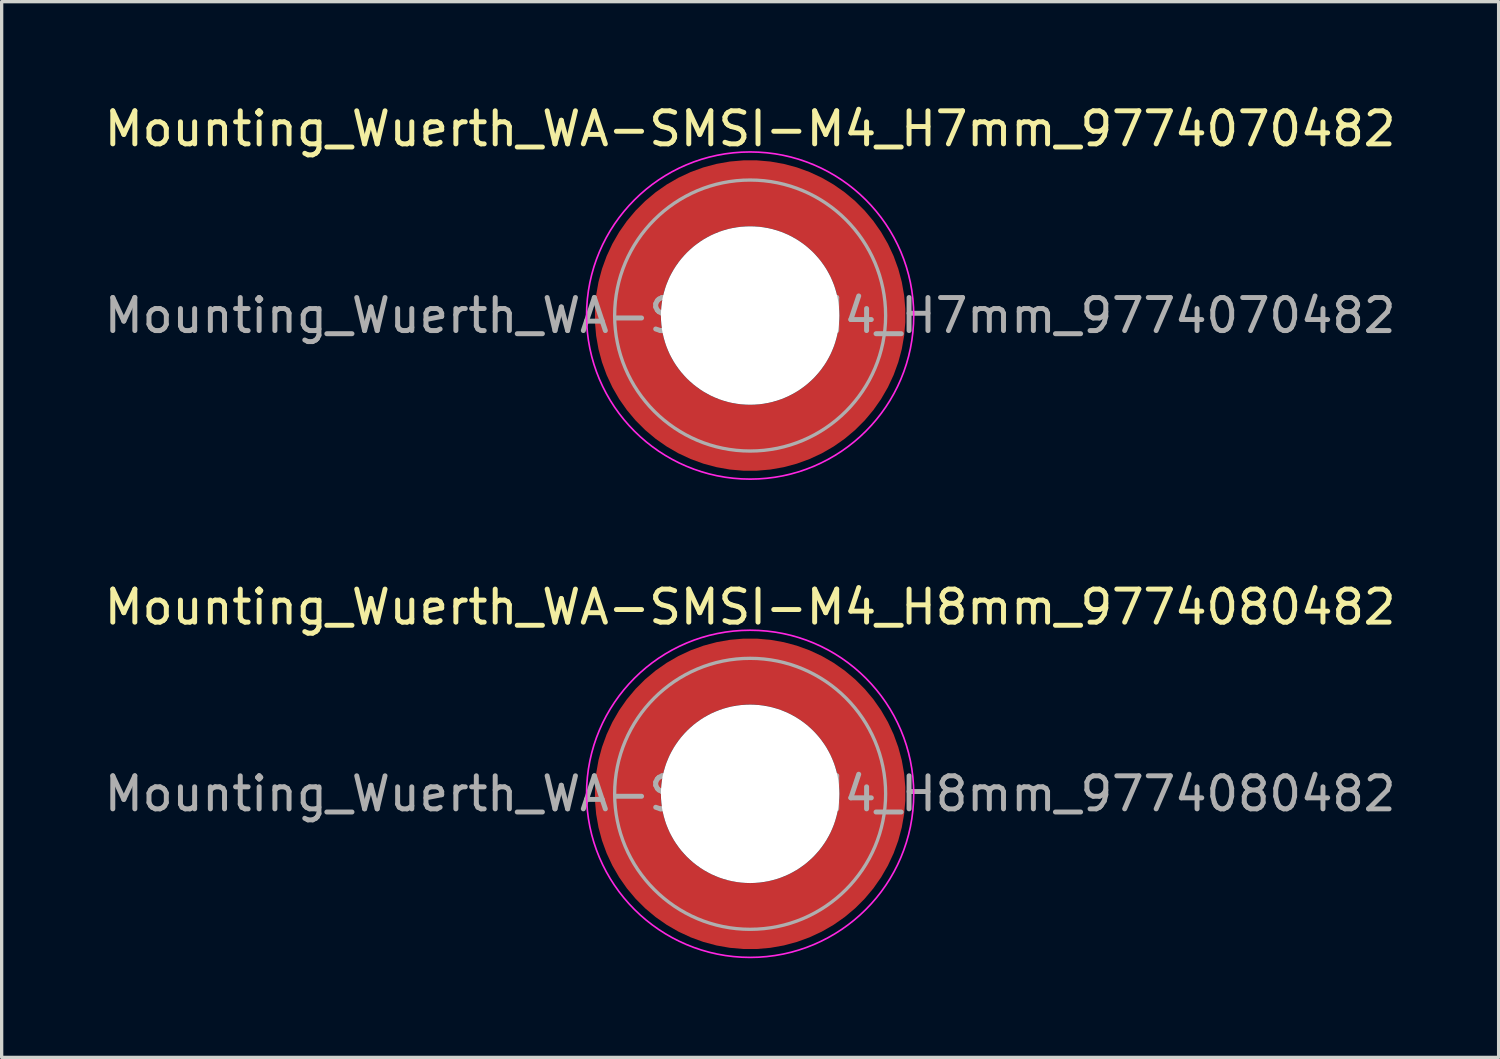
<source format=kicad_pcb>
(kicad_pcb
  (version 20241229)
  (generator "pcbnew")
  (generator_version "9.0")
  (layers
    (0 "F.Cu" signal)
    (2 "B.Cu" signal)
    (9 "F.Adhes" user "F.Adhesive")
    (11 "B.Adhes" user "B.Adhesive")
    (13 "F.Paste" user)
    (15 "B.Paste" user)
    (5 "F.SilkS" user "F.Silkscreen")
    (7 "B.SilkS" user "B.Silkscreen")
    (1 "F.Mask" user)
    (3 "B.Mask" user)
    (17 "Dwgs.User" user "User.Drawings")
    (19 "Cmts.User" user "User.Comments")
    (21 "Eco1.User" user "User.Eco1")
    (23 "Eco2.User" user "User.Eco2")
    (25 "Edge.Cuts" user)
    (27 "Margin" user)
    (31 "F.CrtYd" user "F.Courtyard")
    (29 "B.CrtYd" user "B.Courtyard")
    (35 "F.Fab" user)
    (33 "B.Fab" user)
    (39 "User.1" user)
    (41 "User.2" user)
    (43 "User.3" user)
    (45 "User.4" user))
  (footprint "Mounting_Wuerth_WA-SMSI-M4_H7mm_9774070482"
    (layer "F.Cu")
    (at 19.649 6.498)
    (property "Reference" "Mounting_Wuerth_WA-SMSI-M4_H7mm_9774070482" (at 0 -5.65 0) (layer "F.SilkS") (effects (font (size 1 1) (thickness 0.15))))
    (attr smd allow_soldermask_bridges)
    (fp_circle (center 0 0) (end 4.95 0) (stroke (width 0.05) (type solid)) (fill no) (layer "F.CrtYd"))
    (fp_circle (center 0 0) (end 4.1 0) (stroke (width 0.1) (type solid)) (fill no) (layer "F.Fab"))
    (fp_text user "${REFERENCE}" (at 0 0 0) (layer "F.Fab") (effects (font (size 1 1) (thickness 0.15))))
    (pad "" smd custom (at -2.607 -2.607) (size 0.948 0.948) (layers "F.Paste") (options (anchor circle)) (primitives (gr_arc (start -0.188183 2.107456) (mid 0.599273 0.599273) (end 2.107456 -0.188183) (width 0.2)) (gr_arc (start -0.289416 2.107456) (mid 0.52877 0.52877) (end 2.107456 -0.289416) (width 0.2)) (gr_arc (start -0.390547 2.107456) (mid 0.458268 0.458268) (end 2.107456 -0.390547) (width 0.2)) (gr_arc (start -0.491585 2.107456) (mid 0.387765 0.387765) (end 2.107456 -0.491585) (width 0.2)) (gr_arc (start -0.59254 2.107456) (mid 0.317262 0.317262) (end 2.107456 -0.59254) (width 0.2)) (gr_arc (start -0.693419 2.107456) (mid 0.246759 0.246759) (end 2.107456 -0.693419) (width 0.2)) (gr_arc (start -0.794229 2.107456) (mid 0.176257 0.176257) (end 2.107456 -0.794229) (width 0.2)) (gr_arc (start -0.894975 2.107456) (mid 0.105754 0.105754) (end 2.107456 -0.894975) (width 0.2)) (gr_arc (start -0.995664 2.107456) (mid 0.035251 0.035251) (end 2.107456 -0.995664) (width 0.2)) (gr_arc (start -1.0963 2.107456) (mid -0.035251 -0.035251) (end 2.107456 -1.0963) (width 0.2)) (gr_arc (start -1.196886 2.107456) (mid -0.105754 -0.105754) (end 2.107456 -1.196886) (width 0.2)) (gr_arc (start -1.297427 2.107456) (mid -0.176257 -0.176257) (end 2.107456 -1.297427) (width 0.2)) (gr_arc (start -1.397927 2.107456) (mid -0.246759 -0.246759) (end 2.107456 -1.397927) (width 0.2)) (gr_arc (start -1.498388 2.107456) (mid -0.317262 -0.317262) (end 2.107456 -1.498388) (width 0.2)) (gr_arc (start -1.598813 2.107456) (mid -0.387765 -0.387765) (end 2.107456 -1.598813) (width 0.2)) (gr_arc (start -1.699204 2.107456) (mid -0.458268 -0.458268) (end 2.107456 -1.699204) (width 0.2)) (gr_arc (start -1.799565 2.107456) (mid -0.52877 -0.52877) (end 2.107456 -1.799565) (width 0.2)) (gr_arc (start -1.899896 2.107456) (mid -0.599273 -0.599273) (end 2.107456 -1.899896) (width 0.2)) (gr_arc (start -1.899896 2.107456) (mid -0.599273 -0.599273) (end 2.107456 -1.899896) (width 0.2)) (gr_line (start 2.107 -0.188) (end 2.107 -1.9) (width 0.2)) (gr_line (start -0.188 2.107) (end -1.9 2.107) (width 0.2))))
    (pad "" smd custom (at -2.607 2.607) (size 0.948 0.948) (layers "F.Paste") (options (anchor circle)) (primitives (gr_arc (start 2.107456 0.188183) (mid 0.599273 -0.599273) (end -0.188183 -2.107456) (width 0.2)) (gr_arc (start 2.107456 0.289416) (mid 0.52877 -0.52877) (end -0.289416 -2.107456) (width 0.2)) (gr_arc (start 2.107456 0.390547) (mid 0.458268 -0.458268) (end -0.390547 -2.107456) (width 0.2)) (gr_arc (start 2.107456 0.491585) (mid 0.387765 -0.387765) (end -0.491585 -2.107456) (width 0.2)) (gr_arc (start 2.107456 0.59254) (mid 0.317262 -0.317262) (end -0.59254 -2.107456) (width 0.2)) (gr_arc (start 2.107456 0.693419) (mid 0.246759 -0.246759) (end -0.693419 -2.107456) (width 0.2)) (gr_arc (start 2.107456 0.794229) (mid 0.176257 -0.176257) (end -0.794229 -2.107456) (width 0.2)) (gr_arc (start 2.107456 0.894975) (mid 0.105754 -0.105754) (end -0.894975 -2.107456) (width 0.2)) (gr_arc (start 2.107456 0.995664) (mid 0.035251 -0.035251) (end -0.995664 -2.107456) (width 0.2)) (gr_arc (start 2.107456 1.0963) (mid -0.035251 0.035251) (end -1.0963 -2.107456) (width 0.2)) (gr_arc (start 2.107456 1.196886) (mid -0.105754 0.105754) (end -1.196886 -2.107456) (width 0.2)) (gr_arc (start 2.107456 1.297427) (mid -0.176257 0.176257) (end -1.297427 -2.107456) (width 0.2)) (gr_arc (start 2.107456 1.397927) (mid -0.246759 0.246759) (end -1.397927 -2.107456) (width 0.2)) (gr_arc (start 2.107456 1.498388) (mid -0.317262 0.317262) (end -1.498388 -2.107456) (width 0.2)) (gr_arc (start 2.107456 1.598813) (mid -0.387765 0.387765) (end -1.598813 -2.107456) (width 0.2)) (gr_arc (start 2.107456 1.699204) (mid -0.458268 0.458268) (end -1.699204 -2.107456) (width 0.2)) (gr_arc (start 2.107456 1.799565) (mid -0.52877 0.52877) (end -1.799565 -2.107456) (width 0.2)) (gr_arc (start 2.107456 1.899896) (mid -0.599273 0.599273) (end -1.899896 -2.107456) (width 0.2)) (gr_arc (start 2.107456 1.899896) (mid -0.599273 0.599273) (end -1.899896 -2.107456) (width 0.2)) (gr_line (start -0.188 -2.107) (end -1.9 -2.107) (width 0.2)) (gr_line (start 2.107 0.188) (end 2.107 1.9) (width 0.2))))
    (pad "" np_thru_hole circle (at 0 0) (size 5.4 5.4) (drill 5.4) (layers "*.Cu" "*.Mask"))
    (pad "" smd custom (at 2.607 -2.607) (size 0.948 0.948) (layers "F.Paste") (options (anchor circle)) (primitives (gr_arc (start -2.107456 -0.188183) (mid -0.599273 0.599273) (end 0.188183 2.107456) (width 0.2)) (gr_arc (start -2.107456 -0.289416) (mid -0.52877 0.52877) (end 0.289416 2.107456) (width 0.2)) (gr_arc (start -2.107456 -0.390547) (mid -0.458268 0.458268) (end 0.390547 2.107456) (width 0.2)) (gr_arc (start -2.107456 -0.491585) (mid -0.387765 0.387765) (end 0.491585 2.107456) (width 0.2)) (gr_arc (start -2.107456 -0.59254) (mid -0.317262 0.317262) (end 0.59254 2.107456) (width 0.2)) (gr_arc (start -2.107456 -0.693419) (mid -0.246759 0.246759) (end 0.693419 2.107456) (width 0.2)) (gr_arc (start -2.107456 -0.794229) (mid -0.176257 0.176257) (end 0.794229 2.107456) (width 0.2)) (gr_arc (start -2.107456 -0.894975) (mid -0.105754 0.105754) (end 0.894975 2.107456) (width 0.2)) (gr_arc (start -2.107456 -0.995664) (mid -0.035251 0.035251) (end 0.995664 2.107456) (width 0.2)) (gr_arc (start -2.107456 -1.0963) (mid 0.035251 -0.035251) (end 1.0963 2.107456) (width 0.2)) (gr_arc (start -2.107456 -1.196886) (mid 0.105754 -0.105754) (end 1.196886 2.107456) (width 0.2)) (gr_arc (start -2.107456 -1.297427) (mid 0.176257 -0.176257) (end 1.297427 2.107456) (width 0.2)) (gr_arc (start -2.107456 -1.397927) (mid 0.246759 -0.246759) (end 1.397927 2.107456) (width 0.2)) (gr_arc (start -2.107456 -1.498388) (mid 0.317262 -0.317262) (end 1.498388 2.107456) (width 0.2)) (gr_arc (start -2.107456 -1.598813) (mid 0.387765 -0.387765) (end 1.598813 2.107456) (width 0.2)) (gr_arc (start -2.107456 -1.699204) (mid 0.458268 -0.458268) (end 1.699204 2.107456) (width 0.2)) (gr_arc (start -2.107456 -1.799565) (mid 0.52877 -0.52877) (end 1.799565 2.107456) (width 0.2)) (gr_arc (start -2.107456 -1.899896) (mid 0.599273 -0.599273) (end 1.899896 2.107456) (width 0.2)) (gr_arc (start -2.107456 -1.899896) (mid 0.599273 -0.599273) (end 1.899896 2.107456) (width 0.2)) (gr_line (start 0.188 2.107) (end 1.9 2.107) (width 0.2)) (gr_line (start -2.107 -0.188) (end -2.107 -1.9) (width 0.2))))
    (pad "" smd custom (at 2.607 2.607) (size 0.948 0.948) (layers "F.Paste") (options (anchor circle)) (primitives (gr_arc (start 0.188183 -2.107456) (mid -0.599273 -0.599273) (end -2.107456 0.188183) (width 0.2)) (gr_arc (start 0.289416 -2.107456) (mid -0.52877 -0.52877) (end -2.107456 0.289416) (width 0.2)) (gr_arc (start 0.390547 -2.107456) (mid -0.458268 -0.458268) (end -2.107456 0.390547) (width 0.2)) (gr_arc (start 0.491585 -2.107456) (mid -0.387765 -0.387765) (end -2.107456 0.491585) (width 0.2)) (gr_arc (start 0.59254 -2.107456) (mid -0.317262 -0.317262) (end -2.107456 0.59254) (width 0.2)) (gr_arc (start 0.693419 -2.107456) (mid -0.246759 -0.246759) (end -2.107456 0.693419) (width 0.2)) (gr_arc (start 0.794229 -2.107456) (mid -0.176257 -0.176257) (end -2.107456 0.794229) (width 0.2)) (gr_arc (start 0.894975 -2.107456) (mid -0.105754 -0.105754) (end -2.107456 0.894975) (width 0.2)) (gr_arc (start 0.995664 -2.107456) (mid -0.035251 -0.035251) (end -2.107456 0.995664) (width 0.2)) (gr_arc (start 1.0963 -2.107456) (mid 0.035251 0.035251) (end -2.107456 1.0963) (width 0.2)) (gr_arc (start 1.196886 -2.107456) (mid 0.105754 0.105754) (end -2.107456 1.196886) (width 0.2)) (gr_arc (start 1.297427 -2.107456) (mid 0.176257 0.176257) (end -2.107456 1.297427) (width 0.2)) (gr_arc (start 1.397927 -2.107456) (mid 0.246759 0.246759) (end -2.107456 1.397927) (width 0.2)) (gr_arc (start 1.498388 -2.107456) (mid 0.317262 0.317262) (end -2.107456 1.498388) (width 0.2)) (gr_arc (start 1.598813 -2.107456) (mid 0.387765 0.387765) (end -2.107456 1.598813) (width 0.2)) (gr_arc (start 1.699204 -2.107456) (mid 0.458268 0.458268) (end -2.107456 1.699204) (width 0.2)) (gr_arc (start 1.799565 -2.107456) (mid 0.52877 0.52877) (end -2.107456 1.799565) (width 0.2)) (gr_arc (start 1.899896 -2.107456) (mid 0.599273 0.599273) (end -2.107456 1.899896) (width 0.2)) (gr_arc (start 1.899896 -2.107456) (mid 0.599273 0.599273) (end -2.107456 1.899896) (width 0.2)) (gr_line (start -2.107 0.188) (end -2.107 1.9) (width 0.2)) (gr_line (start 0.188 -2.107) (end 1.9 -2.107) (width 0.2))))
    (pad "1" smd circle (at -3.7 0) (size 1.492 1.492) (layers "F.Cu"))
    (pad "1" smd circle (at 0 -3.7) (size 1.492 1.492) (layers "F.Cu"))
    (pad "1" smd circle (at 0 3.7) (size 1.492 1.492) (layers "F.Cu"))
    (pad "1" smd custom (at 3.7 0) (size 2 2) (layers "F.Cu" "F.Mask") (options (anchor circle)) (primitives (gr_circle (center -3.7 0) (end 0 0) (width 2) (fill no)))))
  (footprint "Mounting_Wuerth_WA-SMSI-M4_H8mm_9774080482"
    (layer "F.Cu")
    (at 19.649 20.971)
    (property "Reference" "Mounting_Wuerth_WA-SMSI-M4_H8mm_9774080482" (at 0 -5.65 0) (layer "F.SilkS") (effects (font (size 1 1) (thickness 0.15))))
    (attr smd allow_soldermask_bridges)
    (fp_circle (center 0 0) (end 4.95 0) (stroke (width 0.05) (type solid)) (fill no) (layer "F.CrtYd"))
    (fp_circle (center 0 0) (end 4.1 0) (stroke (width 0.1) (type solid)) (fill no) (layer "F.Fab"))
    (fp_text user "${REFERENCE}" (at 0 0 0) (layer "F.Fab") (effects (font (size 1 1) (thickness 0.15))))
    (pad "" smd custom (at -2.607 -2.607) (size 0.948 0.948) (layers "F.Paste") (options (anchor circle)) (primitives (gr_arc (start -0.188183 2.107456) (mid 0.599273 0.599273) (end 2.107456 -0.188183) (width 0.2)) (gr_arc (start -0.289416 2.107456) (mid 0.52877 0.52877) (end 2.107456 -0.289416) (width 0.2)) (gr_arc (start -0.390547 2.107456) (mid 0.458268 0.458268) (end 2.107456 -0.390547) (width 0.2)) (gr_arc (start -0.491585 2.107456) (mid 0.387765 0.387765) (end 2.107456 -0.491585) (width 0.2)) (gr_arc (start -0.59254 2.107456) (mid 0.317262 0.317262) (end 2.107456 -0.59254) (width 0.2)) (gr_arc (start -0.693419 2.107456) (mid 0.246759 0.246759) (end 2.107456 -0.693419) (width 0.2)) (gr_arc (start -0.794229 2.107456) (mid 0.176257 0.176257) (end 2.107456 -0.794229) (width 0.2)) (gr_arc (start -0.894975 2.107456) (mid 0.105754 0.105754) (end 2.107456 -0.894975) (width 0.2)) (gr_arc (start -0.995664 2.107456) (mid 0.035251 0.035251) (end 2.107456 -0.995664) (width 0.2)) (gr_arc (start -1.0963 2.107456) (mid -0.035251 -0.035251) (end 2.107456 -1.0963) (width 0.2)) (gr_arc (start -1.196886 2.107456) (mid -0.105754 -0.105754) (end 2.107456 -1.196886) (width 0.2)) (gr_arc (start -1.297427 2.107456) (mid -0.176257 -0.176257) (end 2.107456 -1.297427) (width 0.2)) (gr_arc (start -1.397927 2.107456) (mid -0.246759 -0.246759) (end 2.107456 -1.397927) (width 0.2)) (gr_arc (start -1.498388 2.107456) (mid -0.317262 -0.317262) (end 2.107456 -1.498388) (width 0.2)) (gr_arc (start -1.598813 2.107456) (mid -0.387765 -0.387765) (end 2.107456 -1.598813) (width 0.2)) (gr_arc (start -1.699204 2.107456) (mid -0.458268 -0.458268) (end 2.107456 -1.699204) (width 0.2)) (gr_arc (start -1.799565 2.107456) (mid -0.52877 -0.52877) (end 2.107456 -1.799565) (width 0.2)) (gr_arc (start -1.899896 2.107456) (mid -0.599273 -0.599273) (end 2.107456 -1.899896) (width 0.2)) (gr_arc (start -1.899896 2.107456) (mid -0.599273 -0.599273) (end 2.107456 -1.899896) (width 0.2)) (gr_line (start 2.107 -0.188) (end 2.107 -1.9) (width 0.2)) (gr_line (start -0.188 2.107) (end -1.9 2.107) (width 0.2))))
    (pad "" smd custom (at -2.607 2.607) (size 0.948 0.948) (layers "F.Paste") (options (anchor circle)) (primitives (gr_arc (start 2.107456 0.188183) (mid 0.599273 -0.599273) (end -0.188183 -2.107456) (width 0.2)) (gr_arc (start 2.107456 0.289416) (mid 0.52877 -0.52877) (end -0.289416 -2.107456) (width 0.2)) (gr_arc (start 2.107456 0.390547) (mid 0.458268 -0.458268) (end -0.390547 -2.107456) (width 0.2)) (gr_arc (start 2.107456 0.491585) (mid 0.387765 -0.387765) (end -0.491585 -2.107456) (width 0.2)) (gr_arc (start 2.107456 0.59254) (mid 0.317262 -0.317262) (end -0.59254 -2.107456) (width 0.2)) (gr_arc (start 2.107456 0.693419) (mid 0.246759 -0.246759) (end -0.693419 -2.107456) (width 0.2)) (gr_arc (start 2.107456 0.794229) (mid 0.176257 -0.176257) (end -0.794229 -2.107456) (width 0.2)) (gr_arc (start 2.107456 0.894975) (mid 0.105754 -0.105754) (end -0.894975 -2.107456) (width 0.2)) (gr_arc (start 2.107456 0.995664) (mid 0.035251 -0.035251) (end -0.995664 -2.107456) (width 0.2)) (gr_arc (start 2.107456 1.0963) (mid -0.035251 0.035251) (end -1.0963 -2.107456) (width 0.2)) (gr_arc (start 2.107456 1.196886) (mid -0.105754 0.105754) (end -1.196886 -2.107456) (width 0.2)) (gr_arc (start 2.107456 1.297427) (mid -0.176257 0.176257) (end -1.297427 -2.107456) (width 0.2)) (gr_arc (start 2.107456 1.397927) (mid -0.246759 0.246759) (end -1.397927 -2.107456) (width 0.2)) (gr_arc (start 2.107456 1.498388) (mid -0.317262 0.317262) (end -1.498388 -2.107456) (width 0.2)) (gr_arc (start 2.107456 1.598813) (mid -0.387765 0.387765) (end -1.598813 -2.107456) (width 0.2)) (gr_arc (start 2.107456 1.699204) (mid -0.458268 0.458268) (end -1.699204 -2.107456) (width 0.2)) (gr_arc (start 2.107456 1.799565) (mid -0.52877 0.52877) (end -1.799565 -2.107456) (width 0.2)) (gr_arc (start 2.107456 1.899896) (mid -0.599273 0.599273) (end -1.899896 -2.107456) (width 0.2)) (gr_arc (start 2.107456 1.899896) (mid -0.599273 0.599273) (end -1.899896 -2.107456) (width 0.2)) (gr_line (start -0.188 -2.107) (end -1.9 -2.107) (width 0.2)) (gr_line (start 2.107 0.188) (end 2.107 1.9) (width 0.2))))
    (pad "" np_thru_hole circle (at 0 0) (size 5.4 5.4) (drill 5.4) (layers "*.Cu" "*.Mask"))
    (pad "" smd custom (at 2.607 -2.607) (size 0.948 0.948) (layers "F.Paste") (options (anchor circle)) (primitives (gr_arc (start -2.107456 -0.188183) (mid -0.599273 0.599273) (end 0.188183 2.107456) (width 0.2)) (gr_arc (start -2.107456 -0.289416) (mid -0.52877 0.52877) (end 0.289416 2.107456) (width 0.2)) (gr_arc (start -2.107456 -0.390547) (mid -0.458268 0.458268) (end 0.390547 2.107456) (width 0.2)) (gr_arc (start -2.107456 -0.491585) (mid -0.387765 0.387765) (end 0.491585 2.107456) (width 0.2)) (gr_arc (start -2.107456 -0.59254) (mid -0.317262 0.317262) (end 0.59254 2.107456) (width 0.2)) (gr_arc (start -2.107456 -0.693419) (mid -0.246759 0.246759) (end 0.693419 2.107456) (width 0.2)) (gr_arc (start -2.107456 -0.794229) (mid -0.176257 0.176257) (end 0.794229 2.107456) (width 0.2)) (gr_arc (start -2.107456 -0.894975) (mid -0.105754 0.105754) (end 0.894975 2.107456) (width 0.2)) (gr_arc (start -2.107456 -0.995664) (mid -0.035251 0.035251) (end 0.995664 2.107456) (width 0.2)) (gr_arc (start -2.107456 -1.0963) (mid 0.035251 -0.035251) (end 1.0963 2.107456) (width 0.2)) (gr_arc (start -2.107456 -1.196886) (mid 0.105754 -0.105754) (end 1.196886 2.107456) (width 0.2)) (gr_arc (start -2.107456 -1.297427) (mid 0.176257 -0.176257) (end 1.297427 2.107456) (width 0.2)) (gr_arc (start -2.107456 -1.397927) (mid 0.246759 -0.246759) (end 1.397927 2.107456) (width 0.2)) (gr_arc (start -2.107456 -1.498388) (mid 0.317262 -0.317262) (end 1.498388 2.107456) (width 0.2)) (gr_arc (start -2.107456 -1.598813) (mid 0.387765 -0.387765) (end 1.598813 2.107456) (width 0.2)) (gr_arc (start -2.107456 -1.699204) (mid 0.458268 -0.458268) (end 1.699204 2.107456) (width 0.2)) (gr_arc (start -2.107456 -1.799565) (mid 0.52877 -0.52877) (end 1.799565 2.107456) (width 0.2)) (gr_arc (start -2.107456 -1.899896) (mid 0.599273 -0.599273) (end 1.899896 2.107456) (width 0.2)) (gr_arc (start -2.107456 -1.899896) (mid 0.599273 -0.599273) (end 1.899896 2.107456) (width 0.2)) (gr_line (start 0.188 2.107) (end 1.9 2.107) (width 0.2)) (gr_line (start -2.107 -0.188) (end -2.107 -1.9) (width 0.2))))
    (pad "" smd custom (at 2.607 2.607) (size 0.948 0.948) (layers "F.Paste") (options (anchor circle)) (primitives (gr_arc (start 0.188183 -2.107456) (mid -0.599273 -0.599273) (end -2.107456 0.188183) (width 0.2)) (gr_arc (start 0.289416 -2.107456) (mid -0.52877 -0.52877) (end -2.107456 0.289416) (width 0.2)) (gr_arc (start 0.390547 -2.107456) (mid -0.458268 -0.458268) (end -2.107456 0.390547) (width 0.2)) (gr_arc (start 0.491585 -2.107456) (mid -0.387765 -0.387765) (end -2.107456 0.491585) (width 0.2)) (gr_arc (start 0.59254 -2.107456) (mid -0.317262 -0.317262) (end -2.107456 0.59254) (width 0.2)) (gr_arc (start 0.693419 -2.107456) (mid -0.246759 -0.246759) (end -2.107456 0.693419) (width 0.2)) (gr_arc (start 0.794229 -2.107456) (mid -0.176257 -0.176257) (end -2.107456 0.794229) (width 0.2)) (gr_arc (start 0.894975 -2.107456) (mid -0.105754 -0.105754) (end -2.107456 0.894975) (width 0.2)) (gr_arc (start 0.995664 -2.107456) (mid -0.035251 -0.035251) (end -2.107456 0.995664) (width 0.2)) (gr_arc (start 1.0963 -2.107456) (mid 0.035251 0.035251) (end -2.107456 1.0963) (width 0.2)) (gr_arc (start 1.196886 -2.107456) (mid 0.105754 0.105754) (end -2.107456 1.196886) (width 0.2)) (gr_arc (start 1.297427 -2.107456) (mid 0.176257 0.176257) (end -2.107456 1.297427) (width 0.2)) (gr_arc (start 1.397927 -2.107456) (mid 0.246759 0.246759) (end -2.107456 1.397927) (width 0.2)) (gr_arc (start 1.498388 -2.107456) (mid 0.317262 0.317262) (end -2.107456 1.498388) (width 0.2)) (gr_arc (start 1.598813 -2.107456) (mid 0.387765 0.387765) (end -2.107456 1.598813) (width 0.2)) (gr_arc (start 1.699204 -2.107456) (mid 0.458268 0.458268) (end -2.107456 1.699204) (width 0.2)) (gr_arc (start 1.799565 -2.107456) (mid 0.52877 0.52877) (end -2.107456 1.799565) (width 0.2)) (gr_arc (start 1.899896 -2.107456) (mid 0.599273 0.599273) (end -2.107456 1.899896) (width 0.2)) (gr_arc (start 1.899896 -2.107456) (mid 0.599273 0.599273) (end -2.107456 1.899896) (width 0.2)) (gr_line (start -2.107 0.188) (end -2.107 1.9) (width 0.2)) (gr_line (start 0.188 -2.107) (end 1.9 -2.107) (width 0.2))))
    (pad "1" smd circle (at -3.7 0) (size 1.492 1.492) (layers "F.Cu"))
    (pad "1" smd circle (at 0 -3.7) (size 1.492 1.492) (layers "F.Cu"))
    (pad "1" smd circle (at 0 3.7) (size 1.492 1.492) (layers "F.Cu"))
    (pad "1" smd custom (at 3.7 0) (size 2 2) (layers "F.Cu" "F.Mask") (options (anchor circle)) (primitives (gr_circle (center -3.7 0) (end 0 0) (width 2) (fill no)))))
  (gr_rect
    (start -3 -3)
    (end 42.298 28.947)
    (stroke (width 0.1) (type default))
    (fill no)
    (layer "Edge.Cuts")))
</source>
